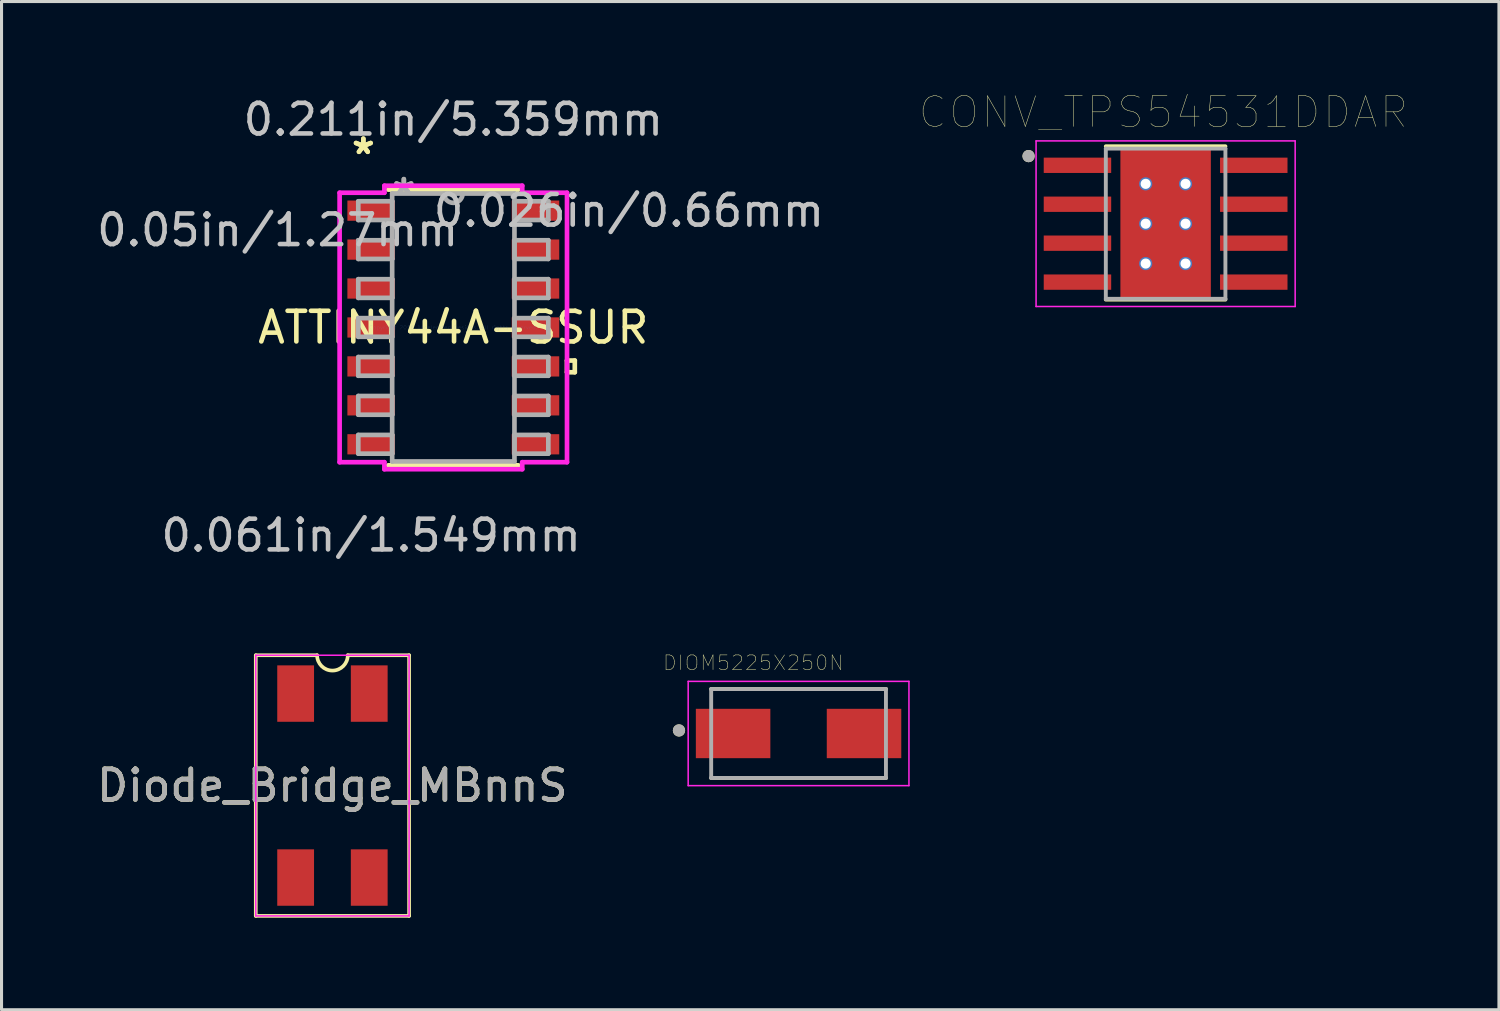
<source format=kicad_pcb>
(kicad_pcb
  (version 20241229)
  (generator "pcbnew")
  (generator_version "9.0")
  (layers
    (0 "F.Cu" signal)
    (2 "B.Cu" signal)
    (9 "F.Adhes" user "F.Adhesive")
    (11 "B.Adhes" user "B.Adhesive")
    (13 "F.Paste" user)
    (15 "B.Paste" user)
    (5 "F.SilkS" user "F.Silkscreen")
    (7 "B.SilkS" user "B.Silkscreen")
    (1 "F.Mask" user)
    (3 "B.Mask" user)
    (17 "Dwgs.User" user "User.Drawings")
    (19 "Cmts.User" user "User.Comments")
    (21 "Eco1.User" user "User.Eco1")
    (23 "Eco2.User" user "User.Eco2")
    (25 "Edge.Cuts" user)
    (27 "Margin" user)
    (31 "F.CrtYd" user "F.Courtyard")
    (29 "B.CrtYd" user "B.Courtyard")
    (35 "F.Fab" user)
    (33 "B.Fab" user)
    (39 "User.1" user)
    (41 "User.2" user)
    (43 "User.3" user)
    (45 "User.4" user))
  (footprint "CONV_TPS54531DDAR"
    (layer "F.Cu")
    (at 34.965 4.246)
    (property "Reference" "CONV_TPS54531DDAR" (at -0.075 -3.635 0) (layer "F.SilkS") (effects (font (size 1 1) (thickness 0.015))))
    (attr through_hole)
    (fp_poly (pts (xy -4.045 -2.225) (xy -1.705 -2.225) (xy -1.705 -1.585) (xy -4.045 -1.585)) (stroke (width 0.01) (type solid)) (fill yes) (layer "F.Mask"))
    (fp_poly (pts (xy -4.045 -0.955) (xy -1.705 -0.955) (xy -1.705 -0.315) (xy -4.045 -0.315)) (stroke (width 0.01) (type solid)) (fill yes) (layer "F.Mask"))
    (fp_poly (pts (xy -4.045 0.315) (xy -1.705 0.315) (xy -1.705 0.955) (xy -4.045 0.955)) (stroke (width 0.01) (type solid)) (fill yes) (layer "F.Mask"))
    (fp_poly (pts (xy -4.045 1.585) (xy -1.705 1.585) (xy -1.705 2.225) (xy -4.045 2.225)) (stroke (width 0.01) (type solid)) (fill yes) (layer "F.Mask"))
    (fp_poly (pts (xy -1.2 -1.55) (xy 1.2 -1.55) (xy 1.2 1.55) (xy -1.2 1.55)) (stroke (width 0.01) (type solid)) (fill yes) (layer "F.Mask"))
    (fp_poly (pts (xy 1.705 -2.225) (xy 4.045 -2.225) (xy 4.045 -1.585) (xy 1.705 -1.585)) (stroke (width 0.01) (type solid)) (fill yes) (layer "F.Mask"))
    (fp_poly (pts (xy 1.705 -0.955) (xy 4.045 -0.955) (xy 4.045 -0.315) (xy 1.705 -0.315)) (stroke (width 0.01) (type solid)) (fill yes) (layer "F.Mask"))
    (fp_poly (pts (xy 1.705 0.315) (xy 4.045 0.315) (xy 4.045 0.955) (xy 1.705 0.955)) (stroke (width 0.01) (type solid)) (fill yes) (layer "F.Mask"))
    (fp_poly (pts (xy 1.705 1.585) (xy 4.045 1.585) (xy 4.045 2.225) (xy 1.705 2.225)) (stroke (width 0.01) (type solid)) (fill yes) (layer "F.Mask"))
    (fp_line (start -1.95 -2.525) (end 1.95 -2.525) (stroke (width 0.127) (type solid)) (layer "F.SilkS"))
    (fp_line (start -1.95 2.475) (end 1.95 2.475) (stroke (width 0.127) (type solid)) (layer "F.SilkS"))
    (fp_circle (center -4.47 -2.205) (end -4.37 -2.205) (stroke (width 0.2) (type solid)) (fill no) (layer "F.SilkS"))
    (fp_poly (pts (xy -3.95 -2.13) (xy -1.8 -2.13) (xy -1.8 -1.68) (xy -3.95 -1.68)) (stroke (width 0.01) (type solid)) (fill yes) (layer "F.Paste"))
    (fp_poly (pts (xy -3.95 -0.86) (xy -1.8 -0.86) (xy -1.8 -0.41) (xy -3.95 -0.41)) (stroke (width 0.01) (type solid)) (fill yes) (layer "F.Paste"))
    (fp_poly (pts (xy -3.95 0.41) (xy -1.8 0.41) (xy -1.8 0.86) (xy -3.95 0.86)) (stroke (width 0.01) (type solid)) (fill yes) (layer "F.Paste"))
    (fp_poly (pts (xy -3.95 1.68) (xy -1.8 1.68) (xy -1.8 2.13) (xy -3.95 2.13)) (stroke (width 0.01) (type solid)) (fill yes) (layer "F.Paste"))
    (fp_poly (pts (xy -1.2 -1.55) (xy 1.2 -1.55) (xy 1.2 1.55) (xy -1.2 1.55)) (stroke (width 0.01) (type solid)) (fill yes) (layer "F.Paste"))
    (fp_poly (pts (xy 1.8 -2.13) (xy 3.95 -2.13) (xy 3.95 -1.68) (xy 1.8 -1.68)) (stroke (width 0.01) (type solid)) (fill yes) (layer "F.Paste"))
    (fp_poly (pts (xy 1.8 -0.86) (xy 3.95 -0.86) (xy 3.95 -0.41) (xy 1.8 -0.41)) (stroke (width 0.01) (type solid)) (fill yes) (layer "F.Paste"))
    (fp_poly (pts (xy 1.8 0.41) (xy 3.95 0.41) (xy 3.95 0.86) (xy 1.8 0.86)) (stroke (width 0.01) (type solid)) (fill yes) (layer "F.Paste"))
    (fp_poly (pts (xy 1.8 1.68) (xy 3.95 1.68) (xy 3.95 2.13) (xy 1.8 2.13)) (stroke (width 0.01) (type solid)) (fill yes) (layer "F.Paste"))
    (fp_line (start -4.225 -2.7) (end -4.225 2.7) (stroke (width 0.05) (type solid)) (layer "F.CrtYd"))
    (fp_line (start -4.225 -2.7) (end 4.225 -2.7) (stroke (width 0.05) (type solid)) (layer "F.CrtYd"))
    (fp_line (start -4.225 2.7) (end 4.225 2.7) (stroke (width 0.05) (type solid)) (layer "F.CrtYd"))
    (fp_line (start 4.225 -2.7) (end 4.225 2.7) (stroke (width 0.05) (type solid)) (layer "F.CrtYd"))
    (fp_line (start -1.95 -2.45) (end -1.95 2.45) (stroke (width 0.127) (type solid)) (layer "F.Fab"))
    (fp_line (start -1.95 -2.45) (end 1.95 -2.45) (stroke (width 0.127) (type solid)) (layer "F.Fab"))
    (fp_line (start -1.95 2.45) (end 1.95 2.45) (stroke (width 0.127) (type solid)) (layer "F.Fab"))
    (fp_line (start 1.95 -2.45) (end 1.95 2.45) (stroke (width 0.127) (type solid)) (layer "F.Fab"))
    (fp_circle (center -4.47 -2.205) (end -4.37 -2.205) (stroke (width 0.2) (type solid)) (fill no) (layer "F.Fab"))
    (pad "1" smd rect (at -2.875 -1.905) (size 2.2 0.5) (layers "F.Cu"))
    (pad "2" smd rect (at -2.875 -0.635) (size 2.2 0.5) (layers "F.Cu"))
    (pad "3" smd rect (at -2.875 0.635) (size 2.2 0.5) (layers "F.Cu"))
    (pad "4" smd rect (at -2.875 1.905) (size 2.2 0.5) (layers "F.Cu"))
    (pad "5" smd rect (at 2.875 1.905) (size 2.2 0.5) (layers "F.Cu"))
    (pad "6" smd rect (at 2.875 0.635) (size 2.2 0.5) (layers "F.Cu"))
    (pad "7" smd rect (at 2.875 -0.635) (size 2.2 0.5) (layers "F.Cu"))
    (pad "8" smd rect (at 2.875 -1.905) (size 2.2 0.5) (layers "F.Cu"))
    (pad "9" smd rect (at 0 0) (size 2.95 4.9) (layers "F.Cu"))
    (pad "10" thru_hole circle (at -0.65 -1.3) (size 0.43 0.43) (drill 0.33) (layers "*.Cu"))
    (pad "11" thru_hole circle (at 0.65 -1.3) (size 0.43 0.43) (drill 0.33) (layers "*.Cu"))
    (pad "12" thru_hole circle (at -0.65 0) (size 0.43 0.43) (drill 0.33) (layers "*.Cu"))
    (pad "13" thru_hole circle (at 0.65 0) (size 0.43 0.43) (drill 0.33) (layers "*.Cu"))
    (pad "14" thru_hole circle (at -0.65 1.3) (size 0.43 0.43) (drill 0.33) (layers "*.Cu"))
    (pad "15" thru_hole circle (at 0.65 1.3) (size 0.43 0.43) (drill 0.33) (layers "*.Cu")))
  (footprint "DIOM5225X250N"
    (layer "F.Cu")
    (at 22.994 20.872)
    (property "Reference" "DIOM5225X250N" (at -1.476 -2.305 0) (layer "F.SilkS") (effects (font (size 0.48 0.48) (thickness 0.015))))
    (attr through_hole)
    (fp_line (start -2.85 1.45) (end 2.85 1.45) (stroke (width 0.127) (type solid)) (layer "F.SilkS"))
    (fp_line (start 2.85 -1.45) (end -2.85 -1.45) (stroke (width 0.127) (type solid)) (layer "F.SilkS"))
    (fp_circle (center -3.9 -0.1) (end -3.8 -0.1) (stroke (width 0.2) (type solid)) (fill no) (layer "F.SilkS"))
    (fp_line (start -3.6 -1.7) (end 3.6 -1.7) (stroke (width 0.05) (type solid)) (layer "F.CrtYd"))
    (fp_line (start -3.6 1.7) (end -3.6 -1.7) (stroke (width 0.05) (type solid)) (layer "F.CrtYd"))
    (fp_line (start 3.6 -1.7) (end 3.6 1.7) (stroke (width 0.05) (type solid)) (layer "F.CrtYd"))
    (fp_line (start 3.6 1.7) (end -3.6 1.7) (stroke (width 0.05) (type solid)) (layer "F.CrtYd"))
    (fp_line (start -2.85 -1.45) (end -2.85 1.45) (stroke (width 0.127) (type solid)) (layer "F.Fab"))
    (fp_line (start -2.85 1.45) (end 2.85 1.45) (stroke (width 0.127) (type solid)) (layer "F.Fab"))
    (fp_line (start 2.85 -1.45) (end -2.85 -1.45) (stroke (width 0.127) (type solid)) (layer "F.Fab"))
    (fp_line (start 2.85 1.45) (end 2.85 -1.45) (stroke (width 0.127) (type solid)) (layer "F.Fab"))
    (fp_circle (center -3.9 -0.1) (end -3.8 -0.1) (stroke (width 0.2) (type solid)) (fill no) (layer "F.Fab"))
    (pad "A" smd rect (at 2.135 0) (size 2.43 1.61) (layers "F.Cu" "F.Mask" "F.Paste"))
    (pad "C" smd rect (at -2.135 0) (size 2.43 1.61) (layers "F.Cu" "F.Mask" "F.Paste")))
  (footprint "ATTINY44A-SSUR"
    (layer "F.Cu")
    (at 11.734 7.63)
    (property "Reference" "ATTINY44A-SSUR" (at 0 0 0) (layer "F.SilkS") (effects (font (size 1 1) (thickness 0.15))))
    (attr through_hole)
    (fp_line (start -2.121 4.496) (end 2.121 4.496) (stroke (width 0.152) (type solid)) (layer "F.SilkS"))
    (fp_line (start 2.121 -4.496) (end -2.121 -4.496) (stroke (width 0.152) (type solid)) (layer "F.SilkS"))
    (fp_line (start 3.708 1.079) (end 3.962 1.079) (stroke (width 0.152) (type solid)) (layer "F.SilkS"))
    (fp_line (start 3.708 1.46) (end 3.708 1.079) (stroke (width 0.152) (type solid)) (layer "F.SilkS"))
    (fp_line (start 3.962 1.079) (end 3.962 1.46) (stroke (width 0.152) (type solid)) (layer "F.SilkS"))
    (fp_line (start 3.962 1.46) (end 3.708 1.46) (stroke (width 0.152) (type solid)) (layer "F.SilkS"))
    (fp_line (start -3.708 -4.394) (end -2.248 -4.394) (stroke (width 0.152) (type solid)) (layer "F.CrtYd"))
    (fp_line (start -3.708 4.394) (end -3.708 -4.394) (stroke (width 0.152) (type solid)) (layer "F.CrtYd"))
    (fp_line (start -2.248 -4.623) (end 2.248 -4.623) (stroke (width 0.152) (type solid)) (layer "F.CrtYd"))
    (fp_line (start -2.248 -4.394) (end -2.248 -4.623) (stroke (width 0.152) (type solid)) (layer "F.CrtYd"))
    (fp_line (start -2.248 4.394) (end -3.708 4.394) (stroke (width 0.152) (type solid)) (layer "F.CrtYd"))
    (fp_line (start -2.248 4.623) (end -2.248 4.394) (stroke (width 0.152) (type solid)) (layer "F.CrtYd"))
    (fp_line (start 2.248 -4.623) (end 2.248 -4.394) (stroke (width 0.152) (type solid)) (layer "F.CrtYd"))
    (fp_line (start 2.248 -4.394) (end 3.708 -4.394) (stroke (width 0.152) (type solid)) (layer "F.CrtYd"))
    (fp_line (start 2.248 4.394) (end 2.248 4.623) (stroke (width 0.152) (type solid)) (layer "F.CrtYd"))
    (fp_line (start 2.248 4.623) (end -2.248 4.623) (stroke (width 0.152) (type solid)) (layer "F.CrtYd"))
    (fp_line (start 3.708 -4.394) (end 3.708 4.394) (stroke (width 0.152) (type solid)) (layer "F.CrtYd"))
    (fp_line (start 3.708 4.394) (end 2.248 4.394) (stroke (width 0.152) (type solid)) (layer "F.CrtYd"))
    (fp_line (start -3.099 -4.115) (end -3.099 -3.505) (stroke (width 0.152) (type solid)) (layer "F.Fab"))
    (fp_line (start -3.099 -3.505) (end -1.994 -3.505) (stroke (width 0.152) (type solid)) (layer "F.Fab"))
    (fp_line (start -3.099 -2.845) (end -3.099 -2.235) (stroke (width 0.152) (type solid)) (layer "F.Fab"))
    (fp_line (start -3.099 -2.235) (end -1.994 -2.235) (stroke (width 0.152) (type solid)) (layer "F.Fab"))
    (fp_line (start -3.099 -1.575) (end -3.099 -0.965) (stroke (width 0.152) (type solid)) (layer "F.Fab"))
    (fp_line (start -3.099 -0.965) (end -1.994 -0.965) (stroke (width 0.152) (type solid)) (layer "F.Fab"))
    (fp_line (start -3.099 -0.305) (end -3.099 0.305) (stroke (width 0.152) (type solid)) (layer "F.Fab"))
    (fp_line (start -3.099 0.305) (end -1.994 0.305) (stroke (width 0.152) (type solid)) (layer "F.Fab"))
    (fp_line (start -3.099 0.965) (end -3.099 1.575) (stroke (width 0.152) (type solid)) (layer "F.Fab"))
    (fp_line (start -3.099 1.575) (end -1.994 1.575) (stroke (width 0.152) (type solid)) (layer "F.Fab"))
    (fp_line (start -3.099 2.235) (end -3.099 2.845) (stroke (width 0.152) (type solid)) (layer "F.Fab"))
    (fp_line (start -3.099 2.845) (end -1.994 2.845) (stroke (width 0.152) (type solid)) (layer "F.Fab"))
    (fp_line (start -3.099 3.505) (end -3.099 4.115) (stroke (width 0.152) (type solid)) (layer "F.Fab"))
    (fp_line (start -3.099 4.115) (end -1.994 4.115) (stroke (width 0.152) (type solid)) (layer "F.Fab"))
    (fp_line (start -1.994 -4.369) (end -1.994 4.369) (stroke (width 0.152) (type solid)) (layer "F.Fab"))
    (fp_line (start -1.994 -4.115) (end -3.099 -4.115) (stroke (width 0.152) (type solid)) (layer "F.Fab"))
    (fp_line (start -1.994 -3.505) (end -1.994 -4.115) (stroke (width 0.152) (type solid)) (layer "F.Fab"))
    (fp_line (start -1.994 -2.845) (end -3.099 -2.845) (stroke (width 0.152) (type solid)) (layer "F.Fab"))
    (fp_line (start -1.994 -2.235) (end -1.994 -2.845) (stroke (width 0.152) (type solid)) (layer "F.Fab"))
    (fp_line (start -1.994 -1.575) (end -3.099 -1.575) (stroke (width 0.152) (type solid)) (layer "F.Fab"))
    (fp_line (start -1.994 -0.965) (end -1.994 -1.575) (stroke (width 0.152) (type solid)) (layer "F.Fab"))
    (fp_line (start -1.994 -0.305) (end -3.099 -0.305) (stroke (width 0.152) (type solid)) (layer "F.Fab"))
    (fp_line (start -1.994 0.305) (end -1.994 -0.305) (stroke (width 0.152) (type solid)) (layer "F.Fab"))
    (fp_line (start -1.994 0.965) (end -3.099 0.965) (stroke (width 0.152) (type solid)) (layer "F.Fab"))
    (fp_line (start -1.994 1.575) (end -1.994 0.965) (stroke (width 0.152) (type solid)) (layer "F.Fab"))
    (fp_line (start -1.994 2.235) (end -3.099 2.235) (stroke (width 0.152) (type solid)) (layer "F.Fab"))
    (fp_line (start -1.994 2.845) (end -1.994 2.235) (stroke (width 0.152) (type solid)) (layer "F.Fab"))
    (fp_line (start -1.994 3.505) (end -3.099 3.505) (stroke (width 0.152) (type solid)) (layer "F.Fab"))
    (fp_line (start -1.994 4.115) (end -1.994 3.505) (stroke (width 0.152) (type solid)) (layer "F.Fab"))
    (fp_line (start -1.994 4.369) (end 1.994 4.369) (stroke (width 0.152) (type solid)) (layer "F.Fab"))
    (fp_line (start 1.994 -4.369) (end -1.994 -4.369) (stroke (width 0.152) (type solid)) (layer "F.Fab"))
    (fp_line (start 1.994 -4.115) (end 1.994 -3.505) (stroke (width 0.152) (type solid)) (layer "F.Fab"))
    (fp_line (start 1.994 -3.505) (end 3.099 -3.505) (stroke (width 0.152) (type solid)) (layer "F.Fab"))
    (fp_line (start 1.994 -2.845) (end 1.994 -2.235) (stroke (width 0.152) (type solid)) (layer "F.Fab"))
    (fp_line (start 1.994 -2.235) (end 3.099 -2.235) (stroke (width 0.152) (type solid)) (layer "F.Fab"))
    (fp_line (start 1.994 -1.575) (end 1.994 -0.965) (stroke (width 0.152) (type solid)) (layer "F.Fab"))
    (fp_line (start 1.994 -0.965) (end 3.099 -0.965) (stroke (width 0.152) (type solid)) (layer "F.Fab"))
    (fp_line (start 1.994 -0.305) (end 1.994 0.305) (stroke (width 0.152) (type solid)) (layer "F.Fab"))
    (fp_line (start 1.994 0.305) (end 3.099 0.305) (stroke (width 0.152) (type solid)) (layer "F.Fab"))
    (fp_line (start 1.994 0.965) (end 1.994 1.575) (stroke (width 0.152) (type solid)) (layer "F.Fab"))
    (fp_line (start 1.994 1.575) (end 3.099 1.575) (stroke (width 0.152) (type solid)) (layer "F.Fab"))
    (fp_line (start 1.994 2.235) (end 1.994 2.845) (stroke (width 0.152) (type solid)) (layer "F.Fab"))
    (fp_line (start 1.994 2.845) (end 3.099 2.845) (stroke (width 0.152) (type solid)) (layer "F.Fab"))
    (fp_line (start 1.994 3.505) (end 1.994 4.115) (stroke (width 0.152) (type solid)) (layer "F.Fab"))
    (fp_line (start 1.994 4.115) (end 3.099 4.115) (stroke (width 0.152) (type solid)) (layer "F.Fab"))
    (fp_line (start 1.994 4.369) (end 1.994 -4.369) (stroke (width 0.152) (type solid)) (layer "F.Fab"))
    (fp_line (start 3.099 -4.115) (end 1.994 -4.115) (stroke (width 0.152) (type solid)) (layer "F.Fab"))
    (fp_line (start 3.099 -3.505) (end 3.099 -4.115) (stroke (width 0.152) (type solid)) (layer "F.Fab"))
    (fp_line (start 3.099 -2.845) (end 1.994 -2.845) (stroke (width 0.152) (type solid)) (layer "F.Fab"))
    (fp_line (start 3.099 -2.235) (end 3.099 -2.845) (stroke (width 0.152) (type solid)) (layer "F.Fab"))
    (fp_line (start 3.099 -1.575) (end 1.994 -1.575) (stroke (width 0.152) (type solid)) (layer "F.Fab"))
    (fp_line (start 3.099 -0.965) (end 3.099 -1.575) (stroke (width 0.152) (type solid)) (layer "F.Fab"))
    (fp_line (start 3.099 -0.305) (end 1.994 -0.305) (stroke (width 0.152) (type solid)) (layer "F.Fab"))
    (fp_line (start 3.099 0.305) (end 3.099 -0.305) (stroke (width 0.152) (type solid)) (layer "F.Fab"))
    (fp_line (start 3.099 0.965) (end 1.994 0.965) (stroke (width 0.152) (type solid)) (layer "F.Fab"))
    (fp_line (start 3.099 1.575) (end 3.099 0.965) (stroke (width 0.152) (type solid)) (layer "F.Fab"))
    (fp_line (start 3.099 2.235) (end 1.994 2.235) (stroke (width 0.152) (type solid)) (layer "F.Fab"))
    (fp_line (start 3.099 2.845) (end 3.099 2.235) (stroke (width 0.152) (type solid)) (layer "F.Fab"))
    (fp_line (start 3.099 3.505) (end 1.994 3.505) (stroke (width 0.152) (type solid)) (layer "F.Fab"))
    (fp_line (start 3.099 4.115) (end 3.099 3.505) (stroke (width 0.152) (type solid)) (layer "F.Fab"))
    (fp_arc (start 0.3048 -4.3688) (mid 0 -4.064) (end -0.3048 -4.3688) (stroke (width 0.1524) (type solid)) (layer "F.Fab"))
    (fp_text user "*" (at -2.934 -5.613 0) (layer "F.SilkS") (effects (font (size 1 1) (thickness 0.15))))
    (fp_text user "*" (at -2.934 -5.613 0) (layer "F.SilkS") (effects (font (size 1 1) (thickness 0.15))))
    (fp_text user "0.05in/1.27mm" (at -5.728 -3.175 0) (layer "Dwgs.User") (effects (font (size 1 1) (thickness 0.15))))
    (fp_text user "0.061in/1.549mm" (at -2.68 6.782 0) (layer "Dwgs.User") (effects (font (size 1 1) (thickness 0.15))))
    (fp_text user "0.026in/0.66mm" (at 5.728 -3.81 0) (layer "Dwgs.User") (effects (font (size 1 1) (thickness 0.15))))
    (fp_text user "0.211in/5.359mm" (at 0 -6.782 0) (layer "Dwgs.User") (effects (font (size 1 1) (thickness 0.15))))
    (fp_text user "Copyright 2016 Accelerated Designs. All rights reserved." (at 0 0 0) (layer "Cmts.User") (effects (font (size 0.127 0.127) (thickness 0.002))))
    (fp_text user "*" (at -1.613 -4.293 0) (layer "F.Fab") (effects (font (size 1 1) (thickness 0.15))))
    (fp_text user "*" (at -1.613 -4.293 0) (layer "F.Fab") (effects (font (size 1 1) (thickness 0.15))))
    (pad "1" smd rect (at -2.68 -3.81) (size 1.549 0.66) (layers "F.Cu" "F.Mask" "F.Paste"))
    (pad "2" smd rect (at -2.68 -2.54) (size 1.549 0.66) (layers "F.Cu" "F.Mask" "F.Paste"))
    (pad "3" smd rect (at -2.68 -1.27) (size 1.549 0.66) (layers "F.Cu" "F.Mask" "F.Paste"))
    (pad "4" smd rect (at -2.68 0) (size 1.549 0.66) (layers "F.Cu" "F.Mask" "F.Paste"))
    (pad "5" smd rect (at -2.68 1.27) (size 1.549 0.66) (layers "F.Cu" "F.Mask" "F.Paste"))
    (pad "6" smd rect (at -2.68 2.54) (size 1.549 0.66) (layers "F.Cu" "F.Mask" "F.Paste"))
    (pad "7" smd rect (at -2.68 3.81) (size 1.549 0.66) (layers "F.Cu" "F.Mask" "F.Paste"))
    (pad "8" smd rect (at 2.68 3.81) (size 1.549 0.66) (layers "F.Cu" "F.Mask" "F.Paste"))
    (pad "9" smd rect (at 2.68 2.54) (size 1.549 0.66) (layers "F.Cu" "F.Mask" "F.Paste"))
    (pad "10" smd rect (at 2.68 1.27) (size 1.549 0.66) (layers "F.Cu" "F.Mask" "F.Paste"))
    (pad "11" smd rect (at 2.68 0) (size 1.549 0.66) (layers "F.Cu" "F.Mask" "F.Paste"))
    (pad "12" smd rect (at 2.68 -1.27) (size 1.549 0.66) (layers "F.Cu" "F.Mask" "F.Paste"))
    (pad "13" smd rect (at 2.68 -2.54) (size 1.549 0.66) (layers "F.Cu" "F.Mask" "F.Paste"))
    (pad "14" smd rect (at 2.68 -3.81) (size 1.549 0.66) (layers "F.Cu" "F.Mask" "F.Paste")))
  (footprint "Diode_Bridge_MBnnS"
    (layer "F.Cu")
    (at 7.792 22.57)
    (property "Reference" "Diode_Bridge_MBnnS" (at 0 0 180) (layer "F.SilkS") (effects (font (size 1 1) (thickness 0.15))))
    (attr smd)
    (fp_line (start -2.5 -4.25) (end -2.5 4.25) (stroke (width 0.12) (type default)) (layer "F.SilkS"))
    (fp_line (start -2.5 4.25) (end 2.5 4.25) (stroke (width 0.12) (type default)) (layer "F.SilkS"))
    (fp_line (start -0.5 -4.25) (end -2.5 -4.25) (stroke (width 0.12) (type default)) (layer "F.SilkS"))
    (fp_line (start 2.5 -4.25) (end 0.5 -4.25) (stroke (width 0.12) (type default)) (layer "F.SilkS"))
    (fp_line (start 2.5 4.25) (end 2.5 -4.25) (stroke (width 0.12) (type default)) (layer "F.SilkS"))
    (fp_arc (start 0.5 -4.25) (mid 0 -3.75) (end -0.5 -4.25) (stroke (width 0.12) (type default)) (layer "F.SilkS"))
    (fp_line (start -2.5 -4.25) (end -2.5 4.25) (stroke (width 0.05) (type solid)) (layer "F.CrtYd"))
    (fp_line (start -2.5 -4.25) (end 2.5 -4.25) (stroke (width 0.05) (type default)) (layer "F.CrtYd"))
    (fp_line (start -2.5 4.25) (end 2.5 4.25) (stroke (width 0.05) (type default)) (layer "F.CrtYd"))
    (fp_line (start 2.5 4.25) (end 2.5 -4.25) (stroke (width 0.05) (type solid)) (layer "F.CrtYd"))
    (fp_text user "${REFERENCE}" (at 0 0 0) (layer "F.Fab") (effects (font (size 1 1) (thickness 0.15))))
    (pad "1" smd rect (at 1.2 -3) (size 1.2 1.84) (layers "F.Cu" "F.Mask" "F.Paste"))
    (pad "2" smd rect (at -1.2 -3) (size 1.2 1.84) (layers "F.Cu" "F.Mask" "F.Paste"))
    (pad "3" smd rect (at -1.2 3) (size 1.2 1.84) (layers "F.Cu" "F.Mask" "F.Paste"))
    (pad "4" smd rect (at 1.2 3) (size 1.2 1.84) (layers "F.Cu" "F.Mask" "F.Paste")))
  (gr_rect
    (start -3 -3)
    (end 45.836 29.88)
    (stroke (width 0.1) (type default))
    (fill no)
    (layer "Edge.Cuts")))
</source>
